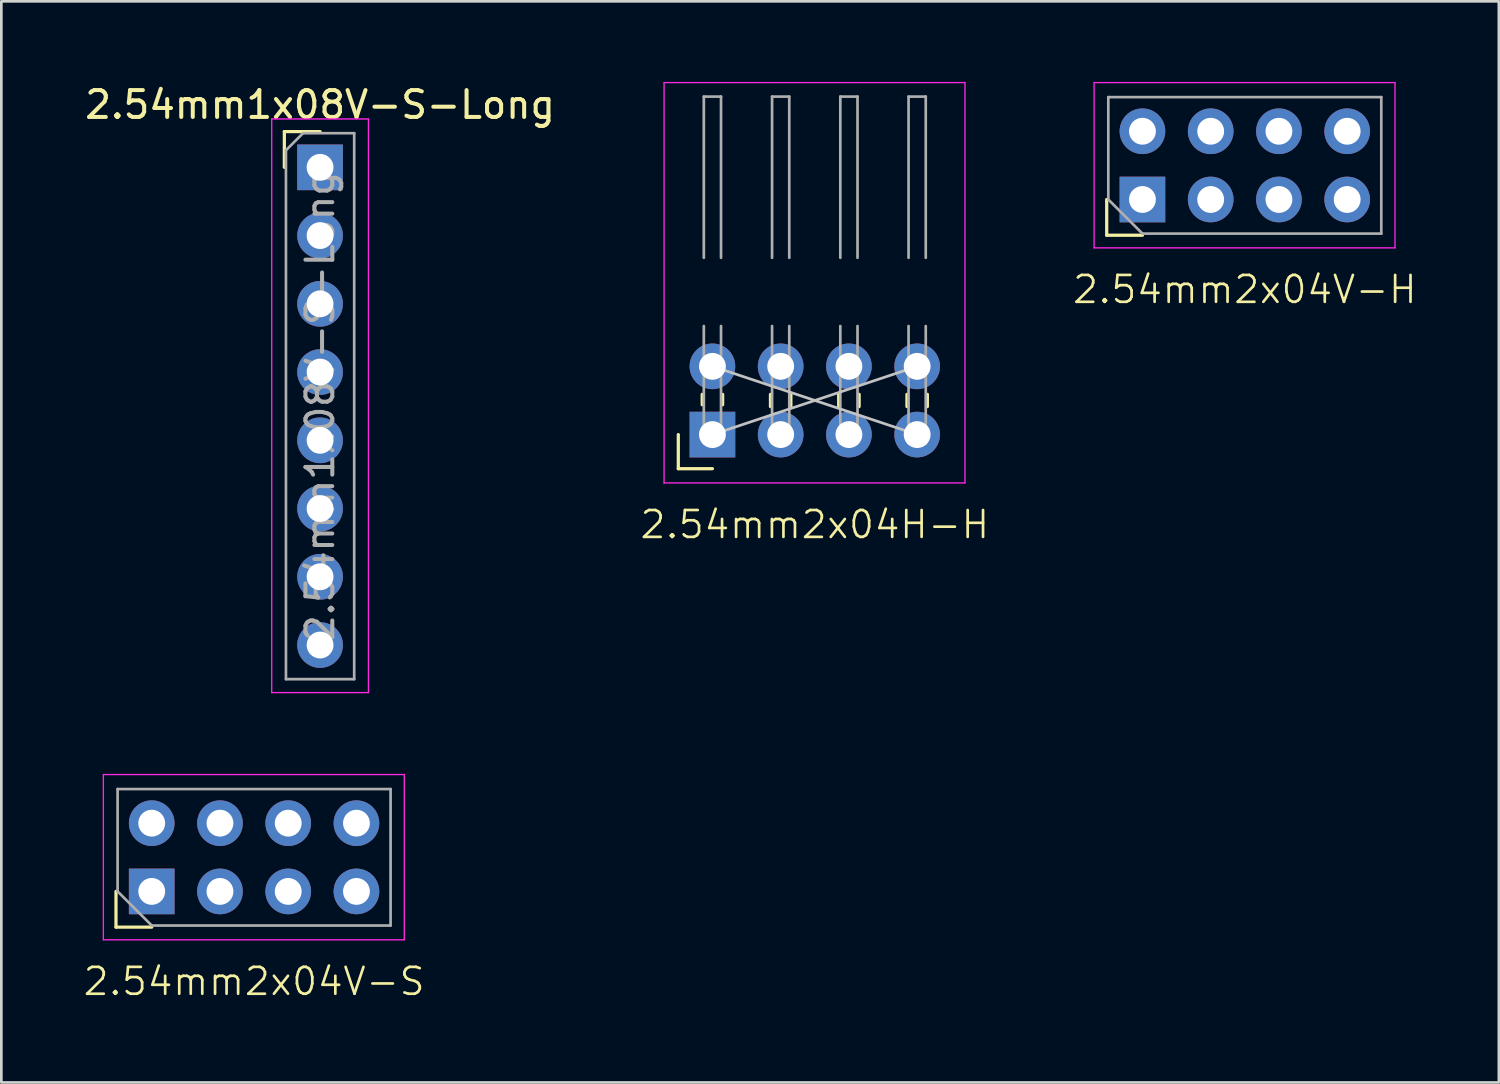
<source format=kicad_pcb>
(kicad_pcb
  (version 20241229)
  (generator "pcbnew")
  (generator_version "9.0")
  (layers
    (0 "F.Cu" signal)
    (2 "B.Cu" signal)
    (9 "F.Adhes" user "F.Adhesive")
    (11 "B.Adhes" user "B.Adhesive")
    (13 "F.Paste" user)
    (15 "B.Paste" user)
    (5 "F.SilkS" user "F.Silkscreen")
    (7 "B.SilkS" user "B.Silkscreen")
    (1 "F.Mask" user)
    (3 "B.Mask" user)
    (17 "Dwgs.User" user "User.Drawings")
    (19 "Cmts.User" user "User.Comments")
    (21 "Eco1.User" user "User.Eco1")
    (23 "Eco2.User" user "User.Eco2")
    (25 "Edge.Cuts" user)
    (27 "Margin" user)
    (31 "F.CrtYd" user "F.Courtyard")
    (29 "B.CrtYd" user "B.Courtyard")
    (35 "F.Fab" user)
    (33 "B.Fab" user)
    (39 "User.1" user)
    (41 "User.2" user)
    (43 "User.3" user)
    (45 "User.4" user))
  (footprint "2.54mm2x04V-H"
    (layer "F.Cu")
    (at 43.281 3.105)
    (property "Reference" "2.54mm2x04V-H" (at 0 4.62 0) (unlocked yes) (layer "F.SilkS") (effects (font (size 1 1) (thickness 0.1))))
    (attr through_hole)
    (fp_line (start -5.14 2.6) (end -5.14 1.27) (stroke (width 0.12) (type solid)) (layer "F.SilkS"))
    (fp_line (start -3.81 2.6) (end -5.14 2.6) (stroke (width 0.12) (type solid)) (layer "F.SilkS"))
    (fp_line (start -5.61 -3.08) (end -5.61 3.07) (stroke (width 0.05) (type solid)) (layer "F.CrtYd"))
    (fp_line (start -5.61 3.07) (end 5.59 3.07) (stroke (width 0.05) (type solid)) (layer "F.CrtYd"))
    (fp_line (start 5.59 -3.08) (end -5.61 -3.08) (stroke (width 0.05) (type solid)) (layer "F.CrtYd"))
    (fp_line (start 5.59 3.07) (end 5.59 -3.08) (stroke (width 0.05) (type solid)) (layer "F.CrtYd"))
    (fp_line (start -5.08 -2.54) (end 5.08 -2.54) (stroke (width 0.1) (type solid)) (layer "F.Fab"))
    (fp_line (start -5.08 1.27) (end -5.08 -2.54) (stroke (width 0.1) (type solid)) (layer "F.Fab"))
    (fp_line (start -3.81 2.54) (end -5.08 1.27) (stroke (width 0.1) (type solid)) (layer "F.Fab"))
    (fp_line (start 5.08 -2.54) (end 5.08 2.54) (stroke (width 0.1) (type solid)) (layer "F.Fab"))
    (fp_line (start 5.08 2.54) (end -3.81 2.54) (stroke (width 0.1) (type solid)) (layer "F.Fab"))
    (fp_line (start -3.81 -1.27) (end 3.81 1.27) (stroke (width 0.1) (type default)) (layer "User.1"))
    (fp_line (start 3.81 -1.27) (end -3.81 1.27) (stroke (width 0.1) (type default)) (layer "User.1"))
    (pad "1" thru_hole rect (at -3.81 1.27 90) (size 1.7 1.7) (drill 1) (layers "*.Cu" "*.Mask"))
    (pad "2" thru_hole oval (at -3.81 -1.27 90) (size 1.7 1.7) (drill 1) (layers "*.Cu" "*.Mask"))
    (pad "3" thru_hole oval (at -1.27 1.27 90) (size 1.7 1.7) (drill 1) (layers "*.Cu" "*.Mask"))
    (pad "4" thru_hole oval (at -1.27 -1.27 90) (size 1.7 1.7) (drill 1) (layers "*.Cu" "*.Mask"))
    (pad "5" thru_hole oval (at 1.27 1.27 90) (size 1.7 1.7) (drill 1) (layers "*.Cu" "*.Mask"))
    (pad "6" thru_hole oval (at 1.27 -1.27 90) (size 1.7 1.7) (drill 1) (layers "*.Cu" "*.Mask"))
    (pad "7" thru_hole oval (at 3.81 1.27 90) (size 1.7 1.7) (drill 1) (layers "*.Cu" "*.Mask"))
    (pad "8" thru_hole oval (at 3.81 -1.27 90) (size 1.7 1.7) (drill 1) (layers "*.Cu" "*.Mask")))
  (footprint "2.54mm2x04V-S"
    (layer "F.Cu")
    (at 6.407 28.858)
    (property "Reference" "2.54mm2x04V-S" (at 0 4.62 0) (unlocked yes) (layer "F.SilkS") (effects (font (size 1 1) (thickness 0.1))))
    (attr through_hole)
    (fp_line (start -5.14 2.6) (end -5.14 1.27) (stroke (width 0.12) (type solid)) (layer "F.SilkS"))
    (fp_line (start -3.81 2.6) (end -5.14 2.6) (stroke (width 0.12) (type solid)) (layer "F.SilkS"))
    (fp_line (start -5.61 -3.08) (end -5.61 3.07) (stroke (width 0.05) (type solid)) (layer "F.CrtYd"))
    (fp_line (start -5.61 3.07) (end 5.59 3.07) (stroke (width 0.05) (type solid)) (layer "F.CrtYd"))
    (fp_line (start 5.59 -3.08) (end -5.61 -3.08) (stroke (width 0.05) (type solid)) (layer "F.CrtYd"))
    (fp_line (start 5.59 3.07) (end 5.59 -3.08) (stroke (width 0.05) (type solid)) (layer "F.CrtYd"))
    (fp_line (start -5.08 -2.54) (end 5.08 -2.54) (stroke (width 0.1) (type solid)) (layer "F.Fab"))
    (fp_line (start -5.08 1.27) (end -5.08 -2.54) (stroke (width 0.1) (type solid)) (layer "F.Fab"))
    (fp_line (start -3.81 2.54) (end -5.08 1.27) (stroke (width 0.1) (type solid)) (layer "F.Fab"))
    (fp_line (start 5.08 -2.54) (end 5.08 2.54) (stroke (width 0.1) (type solid)) (layer "F.Fab"))
    (fp_line (start 5.08 2.54) (end -3.81 2.54) (stroke (width 0.1) (type solid)) (layer "F.Fab"))
    (fp_line (start -3.81 -1.27) (end 3.81 1.27) (stroke (width 0.1) (type default)) (layer "User.1"))
    (fp_line (start 3.81 -1.27) (end -3.81 1.27) (stroke (width 0.1) (type default)) (layer "User.1"))
    (pad "1" thru_hole rect (at -3.81 1.27 90) (size 1.7 1.7) (drill 1) (layers "*.Cu" "*.Mask"))
    (pad "2" thru_hole oval (at -3.81 -1.27 90) (size 1.7 1.7) (drill 1) (layers "*.Cu" "*.Mask"))
    (pad "3" thru_hole oval (at -1.27 1.27 90) (size 1.7 1.7) (drill 1) (layers "*.Cu" "*.Mask"))
    (pad "4" thru_hole oval (at -1.27 -1.27 90) (size 1.7 1.7) (drill 1) (layers "*.Cu" "*.Mask"))
    (pad "5" thru_hole oval (at 1.27 1.27 90) (size 1.7 1.7) (drill 1) (layers "*.Cu" "*.Mask"))
    (pad "6" thru_hole oval (at 1.27 -1.27 90) (size 1.7 1.7) (drill 1) (layers "*.Cu" "*.Mask"))
    (pad "7" thru_hole oval (at 3.81 1.27 90) (size 1.7 1.7) (drill 1) (layers "*.Cu" "*.Mask"))
    (pad "8" thru_hole oval (at 3.81 -1.27 90) (size 1.7 1.7) (drill 1) (layers "*.Cu" "*.Mask")))
  (footprint "2.54mm2x04H-H"
    (layer "F.Cu")
    (at 27.276 11.855)
    (property "Reference" "2.54mm2x04H-H" (at 0 4.62 0) (unlocked yes) (layer "F.SilkS") (effects (font (size 1 1) (thickness 0.1))))
    (attr through_hole)
    (fp_line (start -5.08 2.54) (end -5.08 1.27) (stroke (width 0.12) (type solid)) (layer "F.SilkS"))
    (fp_line (start -4.19 0.16) (end -4.19 -0.227) (stroke (width 0.12) (type solid)) (layer "F.SilkS"))
    (fp_line (start -3.81 2.54) (end -5.08 2.54) (stroke (width 0.12) (type solid)) (layer "F.SilkS"))
    (fp_line (start -3.43 0.16) (end -3.43 -0.227) (stroke (width 0.12) (type solid)) (layer "F.SilkS"))
    (fp_line (start -1.65 0.227) (end -1.65 -0.227) (stroke (width 0.12) (type solid)) (layer "F.SilkS"))
    (fp_line (start -0.89 0.227) (end -0.89 -0.227) (stroke (width 0.12) (type solid)) (layer "F.SilkS"))
    (fp_line (start 0.89 0.227) (end 0.89 -0.227) (stroke (width 0.12) (type solid)) (layer "F.SilkS"))
    (fp_line (start 1.65 0.227) (end 1.65 -0.227) (stroke (width 0.12) (type solid)) (layer "F.SilkS"))
    (fp_line (start 3.43 0.227) (end 3.43 -0.227) (stroke (width 0.12) (type solid)) (layer "F.SilkS"))
    (fp_line (start 4.19 0.227) (end 4.19 -0.227) (stroke (width 0.12) (type solid)) (layer "F.SilkS"))
    (fp_line (start -3.81 -1.27) (end 3.81 1.27) (stroke (width 0.1) (type default)) (layer "Dwgs.User"))
    (fp_line (start -3.81 1.27) (end 3.81 -1.27) (stroke (width 0.1) (type default)) (layer "Dwgs.User"))
    (fp_line (start -5.61 -11.83) (end -5.61 3.07) (stroke (width 0.05) (type solid)) (layer "F.CrtYd"))
    (fp_line (start -5.61 3.07) (end 5.59 3.07) (stroke (width 0.05) (type solid)) (layer "F.CrtYd"))
    (fp_line (start 5.59 -11.83) (end -5.61 -11.83) (stroke (width 0.05) (type solid)) (layer "F.CrtYd"))
    (fp_line (start 5.59 3.07) (end 5.59 -11.83) (stroke (width 0.05) (type solid)) (layer "F.CrtYd"))
    (fp_line (start -4.13 -11.31) (end -3.49 -11.31) (stroke (width 0.1) (type solid)) (layer "F.Fab"))
    (fp_line (start -4.13 -5.31) (end -4.13 -11.31) (stroke (width 0.1) (type solid)) (layer "F.Fab"))
    (fp_line (start -4.13 1.59) (end -4.13 -2.77) (stroke (width 0.1) (type solid)) (layer "F.Fab"))
    (fp_line (start -4.13 1.59) (end -3.49 1.59) (stroke (width 0.1) (type solid)) (layer "F.Fab"))
    (fp_line (start -3.49 -5.31) (end -3.49 -11.31) (stroke (width 0.1) (type solid)) (layer "F.Fab"))
    (fp_line (start -3.49 1.59) (end -3.49 -2.77) (stroke (width 0.1) (type solid)) (layer "F.Fab"))
    (fp_line (start -1.59 -11.31) (end -0.95 -11.31) (stroke (width 0.1) (type solid)) (layer "F.Fab"))
    (fp_line (start -1.59 -5.31) (end -1.59 -11.31) (stroke (width 0.1) (type solid)) (layer "F.Fab"))
    (fp_line (start -1.59 1.59) (end -1.59 -2.77) (stroke (width 0.1) (type solid)) (layer "F.Fab"))
    (fp_line (start -1.59 1.59) (end -0.95 1.59) (stroke (width 0.1) (type solid)) (layer "F.Fab"))
    (fp_line (start -0.95 -5.31) (end -0.95 -11.31) (stroke (width 0.1) (type solid)) (layer "F.Fab"))
    (fp_line (start -0.95 1.59) (end -0.95 -2.77) (stroke (width 0.1) (type solid)) (layer "F.Fab"))
    (fp_line (start 0.95 -11.31) (end 1.59 -11.31) (stroke (width 0.1) (type solid)) (layer "F.Fab"))
    (fp_line (start 0.95 -5.31) (end 0.95 -11.31) (stroke (width 0.1) (type solid)) (layer "F.Fab"))
    (fp_line (start 0.95 1.59) (end 0.95 -2.77) (stroke (width 0.1) (type solid)) (layer "F.Fab"))
    (fp_line (start 0.95 1.59) (end 1.59 1.59) (stroke (width 0.1) (type solid)) (layer "F.Fab"))
    (fp_line (start 1.59 -5.31) (end 1.59 -11.31) (stroke (width 0.1) (type solid)) (layer "F.Fab"))
    (fp_line (start 1.59 1.59) (end 1.59 -2.77) (stroke (width 0.1) (type solid)) (layer "F.Fab"))
    (fp_line (start 3.49 -11.31) (end 4.13 -11.31) (stroke (width 0.1) (type solid)) (layer "F.Fab"))
    (fp_line (start 3.49 -5.31) (end 3.49 -11.31) (stroke (width 0.1) (type solid)) (layer "F.Fab"))
    (fp_line (start 3.49 1.59) (end 3.49 -2.77) (stroke (width 0.1) (type solid)) (layer "F.Fab"))
    (fp_line (start 3.49 1.59) (end 4.13 1.59) (stroke (width 0.1) (type solid)) (layer "F.Fab"))
    (fp_line (start 4.13 -5.31) (end 4.13 -11.31) (stroke (width 0.1) (type solid)) (layer "F.Fab"))
    (fp_line (start 4.13 1.59) (end 4.13 -2.77) (stroke (width 0.1) (type solid)) (layer "F.Fab"))
    (pad "1" thru_hole rect (at -3.81 1.27 90) (size 1.7 1.7) (drill 1) (layers "*.Cu" "*.Mask"))
    (pad "2" thru_hole oval (at -3.81 -1.27 90) (size 1.7 1.7) (drill 1) (layers "*.Cu" "*.Mask"))
    (pad "3" thru_hole oval (at -1.27 1.27 90) (size 1.7 1.7) (drill 1) (layers "*.Cu" "*.Mask"))
    (pad "4" thru_hole oval (at -1.27 -1.27 90) (size 1.7 1.7) (drill 1) (layers "*.Cu" "*.Mask"))
    (pad "5" thru_hole oval (at 1.27 1.27 90) (size 1.7 1.7) (drill 1) (layers "*.Cu" "*.Mask"))
    (pad "6" thru_hole oval (at 1.27 -1.27 90) (size 1.7 1.7) (drill 1) (layers "*.Cu" "*.Mask"))
    (pad "7" thru_hole oval (at 3.81 1.27 90) (size 1.7 1.7) (drill 1) (layers "*.Cu" "*.Mask"))
    (pad "8" thru_hole oval (at 3.81 -1.27 90) (size 1.7 1.7) (drill 1) (layers "*.Cu" "*.Mask")))
  (footprint "2.54mm1x08V-S-Long"
    (layer "F.Cu")
    (at 8.863 3.178)
    (property "Reference" "2.54mm1x08V-S-Long" (at 0 -2.33 0) (layer "F.SilkS") (effects (font (size 1 1) (thickness 0.15))))
    (attr through_hole)
    (fp_line (start -1.33 -1.33) (end 0 -1.33) (stroke (width 0.12) (type solid)) (layer "F.SilkS"))
    (fp_line (start -1.33 0) (end -1.33 -1.33) (stroke (width 0.12) (type solid)) (layer "F.SilkS"))
    (fp_line (start -1.8 -1.8) (end -1.8 19.55) (stroke (width 0.05) (type solid)) (layer "F.CrtYd"))
    (fp_line (start -1.8 19.55) (end 1.8 19.55) (stroke (width 0.05) (type solid)) (layer "F.CrtYd"))
    (fp_line (start 1.8 -1.8) (end -1.8 -1.8) (stroke (width 0.05) (type solid)) (layer "F.CrtYd"))
    (fp_line (start 1.8 19.55) (end 1.8 -1.8) (stroke (width 0.05) (type solid)) (layer "F.CrtYd"))
    (fp_line (start -1.27 -0.635) (end -0.635 -1.27) (stroke (width 0.1) (type solid)) (layer "F.Fab"))
    (fp_line (start -1.27 19.05) (end -1.27 -0.635) (stroke (width 0.1) (type solid)) (layer "F.Fab"))
    (fp_line (start -0.635 -1.27) (end 1.27 -1.27) (stroke (width 0.1) (type solid)) (layer "F.Fab"))
    (fp_line (start 1.27 -1.27) (end 1.27 19.05) (stroke (width 0.1) (type solid)) (layer "F.Fab"))
    (fp_line (start 1.27 19.05) (end -1.27 19.05) (stroke (width 0.1) (type solid)) (layer "F.Fab"))
    (fp_text user "${REFERENCE}" (at 0 8.89 90) (layer "F.Fab") (effects (font (size 1 1) (thickness 0.15))))
    (pad "1" thru_hole rect (at 0 0) (size 1.7 1.7) (drill 1) (layers "*.Cu" "*.Mask"))
    (pad "2" thru_hole oval (at 0 2.54) (size 1.7 1.7) (drill 1) (layers "*.Cu" "*.Mask"))
    (pad "3" thru_hole oval (at 0 5.08) (size 1.7 1.7) (drill 1) (layers "*.Cu" "*.Mask"))
    (pad "4" thru_hole oval (at 0 7.62) (size 1.7 1.7) (drill 1) (layers "*.Cu" "*.Mask"))
    (pad "5" thru_hole oval (at 0 10.16) (size 1.7 1.7) (drill 1) (layers "*.Cu" "*.Mask"))
    (pad "6" thru_hole oval (at 0 12.7) (size 1.7 1.7) (drill 1) (layers "*.Cu" "*.Mask"))
    (pad "7" thru_hole oval (at 0 15.24) (size 1.7 1.7) (drill 1) (layers "*.Cu" "*.Mask"))
    (pad "8" thru_hole oval (at 0 17.78) (size 1.7 1.7) (drill 1) (layers "*.Cu" "*.Mask")))
  (gr_rect
    (start -3 -3)
    (end 52.736 37.239)
    (stroke (width 0.1) (type default))
    (fill no)
    (layer "Edge.Cuts")))
</source>
